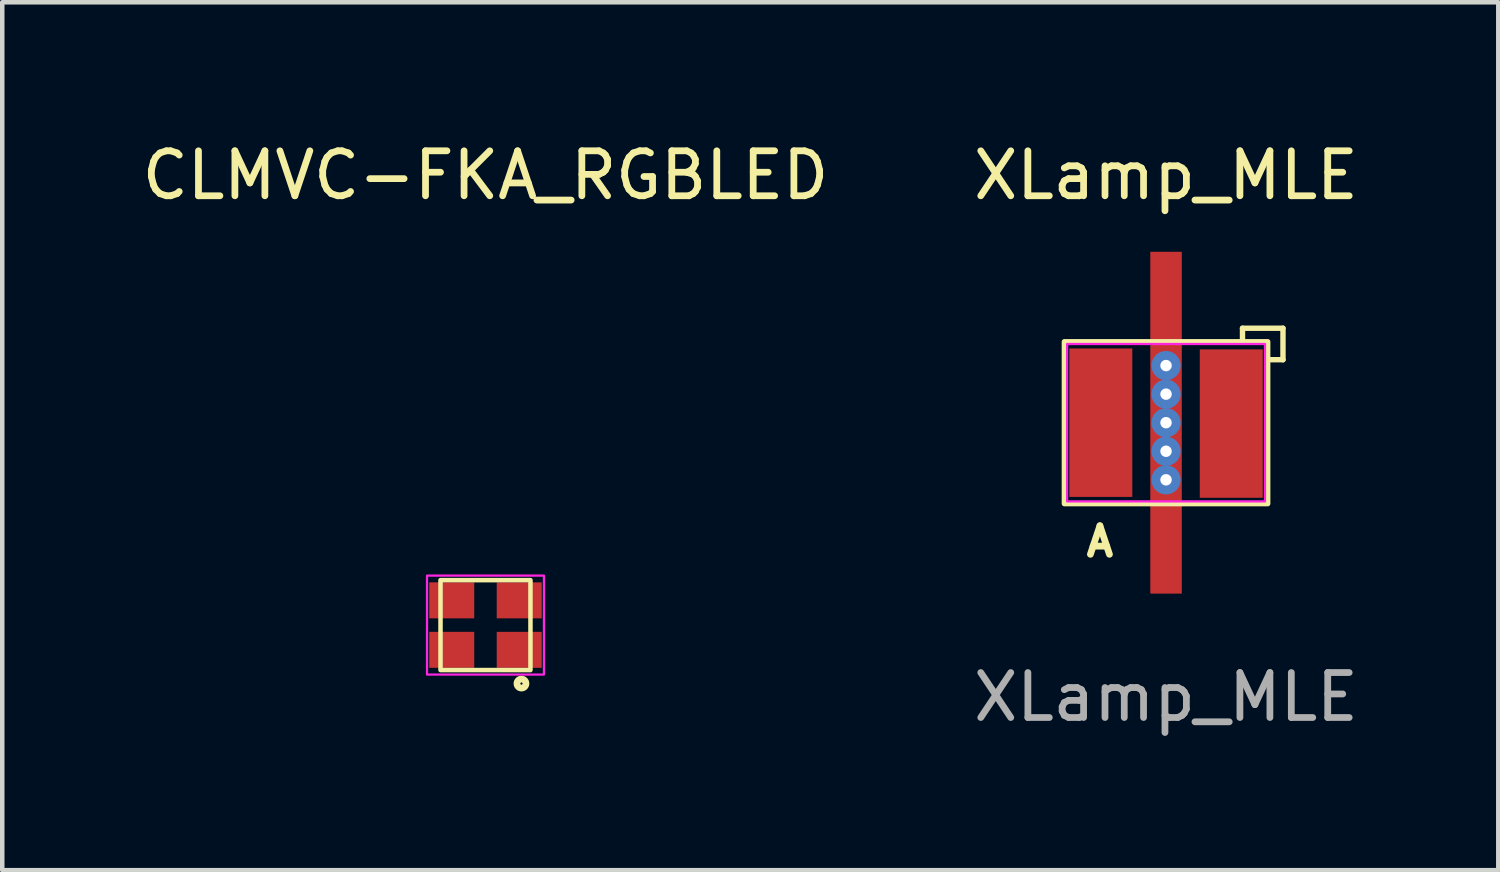
<source format=kicad_pcb>
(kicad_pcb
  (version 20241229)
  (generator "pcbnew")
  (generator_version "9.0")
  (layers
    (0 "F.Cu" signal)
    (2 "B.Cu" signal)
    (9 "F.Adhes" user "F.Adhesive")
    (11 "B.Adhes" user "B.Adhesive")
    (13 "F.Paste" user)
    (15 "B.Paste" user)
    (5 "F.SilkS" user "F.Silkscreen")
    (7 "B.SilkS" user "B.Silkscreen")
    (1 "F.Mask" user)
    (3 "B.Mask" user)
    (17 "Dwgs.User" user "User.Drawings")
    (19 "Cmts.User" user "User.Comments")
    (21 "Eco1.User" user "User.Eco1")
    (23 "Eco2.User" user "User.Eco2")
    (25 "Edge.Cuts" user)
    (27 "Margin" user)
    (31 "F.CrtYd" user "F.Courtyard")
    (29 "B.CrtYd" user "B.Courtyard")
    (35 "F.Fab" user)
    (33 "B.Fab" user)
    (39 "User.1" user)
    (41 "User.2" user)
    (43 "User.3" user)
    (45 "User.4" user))
  (footprint "CLMVC-FKA_RGBLED"
    (layer "F.Cu")
    (at 7.744 10.848)
    (property "Reference" "CLMVC-FKA_RGBLED" (at 0 -10 0) (layer "F.SilkS") (effects (font (size 1 1) (thickness 0.15))))
    (attr through_hole)
    (fp_rect (start -1 -1) (end 1 1) (stroke (width 0.1) (type solid)) (fill no) (layer "F.SilkS"))
    (fp_circle (center 0.8 1.3) (end 0.8 1.4) (stroke (width 0.15) (type solid)) (fill no) (layer "F.SilkS"))
    (fp_rect (start -1.3 -1.1) (end 1.3 1.1) (stroke (width 0.05) (type default)) (fill no) (layer "F.CrtYd"))
    (pad "1" smd rect (at 0.75 0.55) (size 1 0.8) (layers "F.Cu" "F.Mask" "F.Paste"))
    (pad "2" smd rect (at -0.75 0.55) (size 1 0.8) (layers "F.Cu" "F.Mask" "F.Paste"))
    (pad "3" smd rect (at -0.75 -0.55) (size 1 0.8) (layers "F.Cu" "F.Mask" "F.Paste"))
    (pad "4" smd rect (at 0.75 -0.55) (size 1 0.8) (layers "F.Cu" "F.Mask" "F.Paste")))
  (footprint "XLamp_MLE"
    (layer "F.Cu")
    (at 22.875 6.348)
    (property "Reference" "XLamp_MLE" (at 0 -5.5 0) (unlocked yes) (layer "F.SilkS") (effects (font (size 1 1) (thickness 0.15))))
    (attr smd)
    (fp_line (start 1.7 -2.1) (end 2.6 -2.1) (stroke (width 0.12) (type solid)) (layer "F.SilkS"))
    (fp_line (start 1.7 -1.8) (end 1.7 -2.1) (stroke (width 0.12) (type solid)) (layer "F.SilkS"))
    (fp_line (start 2.6 -2.1) (end 2.6 -1.4) (stroke (width 0.12) (type solid)) (layer "F.SilkS"))
    (fp_line (start 2.6 -1.4) (end 2.3 -1.4) (stroke (width 0.12) (type solid)) (layer "F.SilkS"))
    (fp_rect (start -2.26 -1.8) (end 2.26 1.8) (stroke (width 0.12) (type solid)) (fill no) (layer "F.SilkS"))
    (fp_rect (start -2.2 -1.75) (end 2.2 1.75) (stroke (width 0.05) (type solid)) (fill no) (layer "F.CrtYd"))
    (fp_text user "A" (at -1.47 2.64 0) (unlocked yes) (layer "F.SilkS") (effects (font (size 0.635 0.635) (thickness 0.15))))
    (fp_text user "${REFERENCE}" (at 0 6.1 0) (unlocked yes) (layer "F.Fab") (effects (font (size 1 1) (thickness 0.15))))
    (pad "A" smd rect (at -1.45 0) (size 1.4 3.3) (layers "F.Cu" "F.Mask" "F.Paste"))
    (pad "K" smd rect (at 1.45 0.02) (size 1.4 3.3) (layers "F.Cu" "F.Mask" "F.Paste"))
    (pad "N" thru_hole circle (at 0 -1.27) (size 0.65 0.65) (drill 0.254) (layers "*.Cu" "F.Mask"))
    (pad "N" thru_hole circle (at 0 -0.635) (size 0.65 0.65) (drill 0.254) (layers "*.Cu" "F.Mask"))
    (pad "N" thru_hole circle (at 0 0) (size 0.65 0.65) (drill 0.254) (layers "*.Cu" "F.Mask"))
    (pad "N" smd rect (at 0 0) (size 0.7 7.6) (layers "F.Cu" "F.Mask" "F.Paste"))
    (pad "N" thru_hole circle (at 0 0.635) (size 0.65 0.65) (drill 0.254) (layers "*.Cu" "*.Mask"))
    (pad "N" thru_hole circle (at 0 1.27) (size 0.65 0.65) (drill 0.254) (layers "*.Cu" "*.Mask")))
  (gr_rect
    (start -3 -3)
    (end 30.262 16.297)
    (stroke (width 0.1) (type default))
    (fill no)
    (layer "Edge.Cuts")))
</source>
